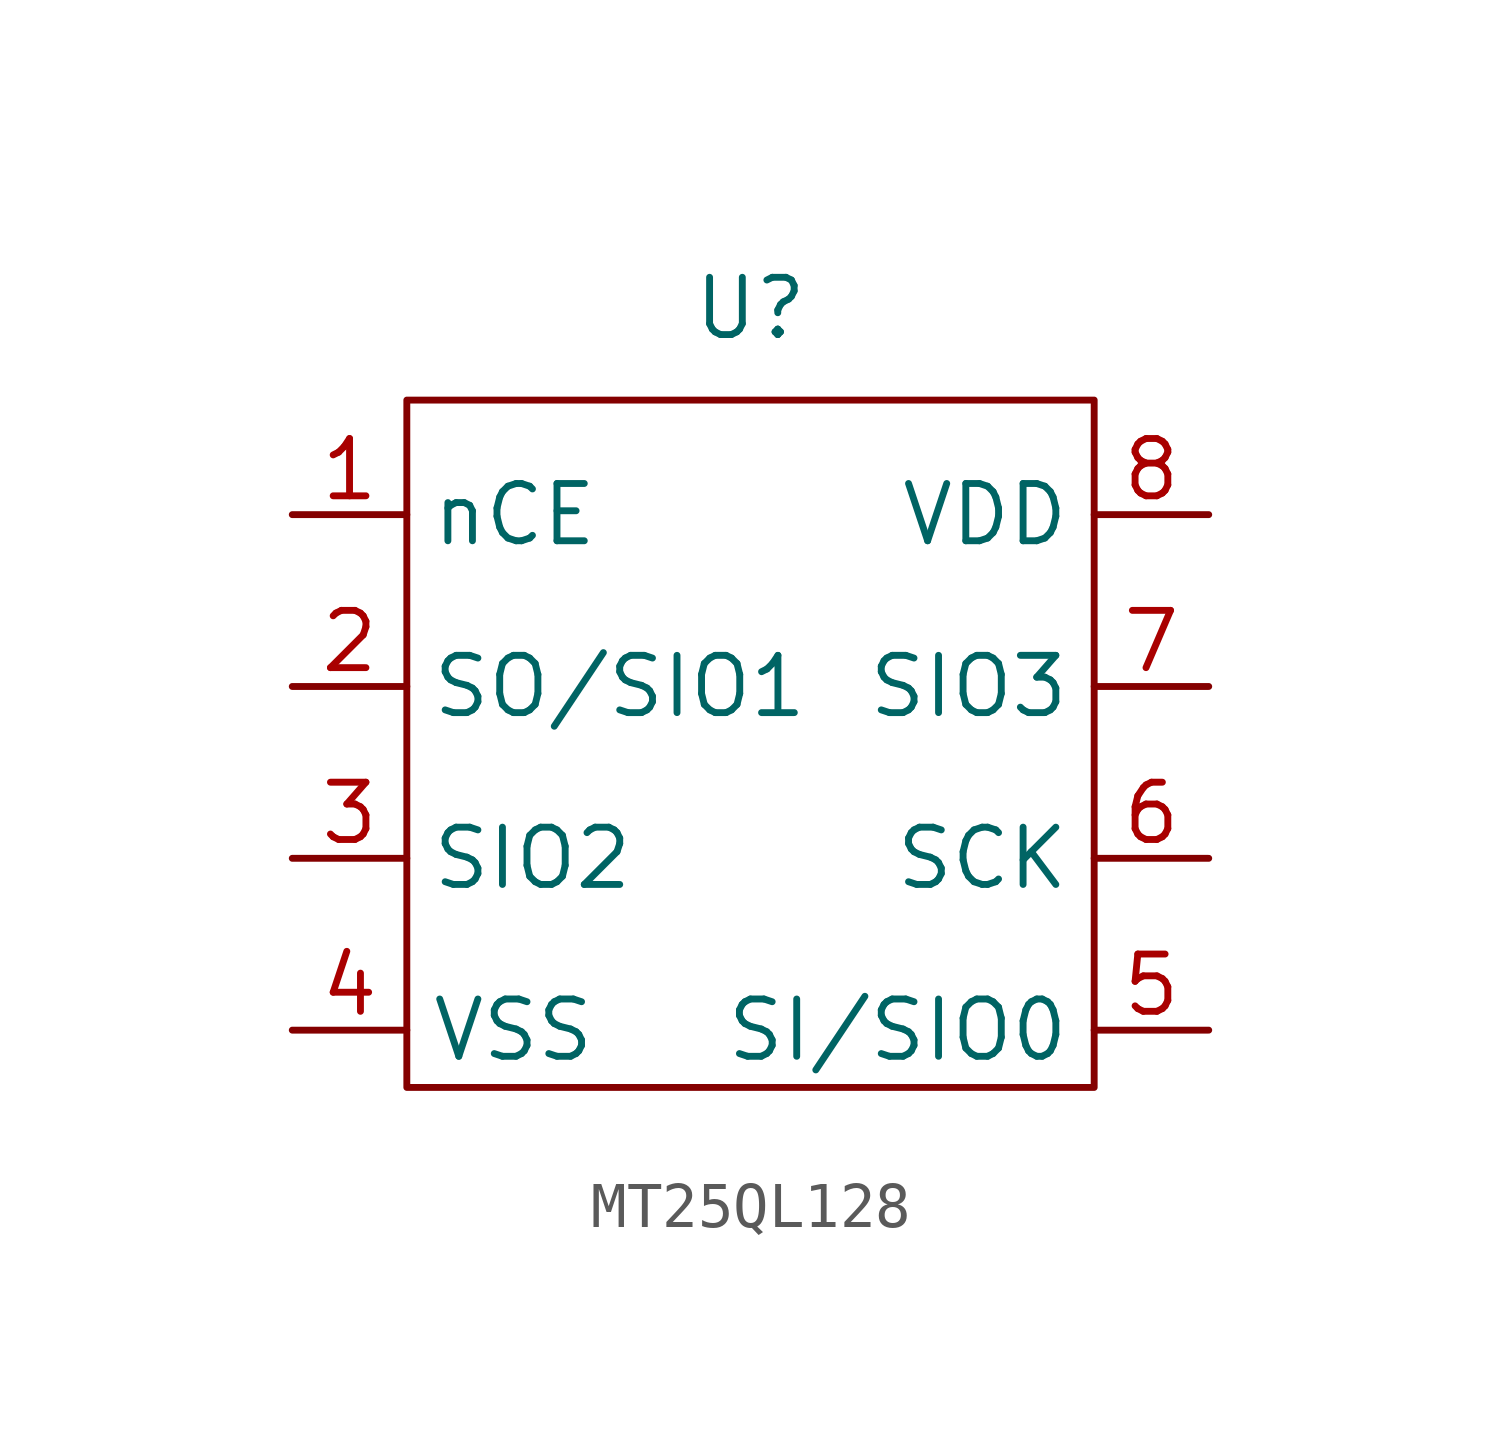
<source format=kicad_sym>
(kicad_symbol_lib
  (version 20231120)
  (generator "kicad_symbol_editor")
  (generator_version "8.0")
  (symbol "MT25QL128"
    (property "Reference" "U"
      (at 0 10.922 0)
      (effects (font (size 1.27 1.27))))
    (property "Value" ""
      (at 0 0 0)
      (effects (font (size 1.27 1.27))))
    (symbol "MT25QL128_0_1"
      (rectangle (start -7.62 8.89) (end 7.62 -6.35) (stroke (width 0) (type default)) (fill (type none))))
    (symbol "MT25QL128_1_1"
      (pin input line (at -10.16 6.35 0) (length 2.54) (name "nCE" (effects (font (size 1.27 1.27)))) (number "1" (effects (font (size 1.27 1.27)))))
      (pin input line (at -10.16 2.54 0) (length 2.54) (name "SO/SIO1" (effects (font (size 1.27 1.27)))) (number "2" (effects (font (size 1.27 1.27)))))
      (pin input line (at -10.16 -1.27 0) (length 2.54) (name "SIO2" (effects (font (size 1.27 1.27)))) (number "3" (effects (font (size 1.27 1.27)))))
      (pin input line (at -10.16 -5.08 0) (length 2.54) (name "VSS" (effects (font (size 1.27 1.27)))) (number "4" (effects (font (size 1.27 1.27)))))
      (pin input line (at 10.16 -5.08 180) (length 2.54) (name "SI/SIO0" (effects (font (size 1.27 1.27)))) (number "5" (effects (font (size 1.27 1.27)))))
      (pin input line (at 10.16 -1.27 180) (length 2.54) (name "SCK" (effects (font (size 1.27 1.27)))) (number "6" (effects (font (size 1.27 1.27)))))
      (pin input line (at 10.16 2.54 180) (length 2.54) (name "SIO3" (effects (font (size 1.27 1.27)))) (number "7" (effects (font (size 1.27 1.27)))))
      (pin input line (at 10.16 6.35 180) (length 2.54) (name "VDD" (effects (font (size 1.27 1.27)))) (number "8" (effects (font (size 1.27 1.27))))))))
</source>
